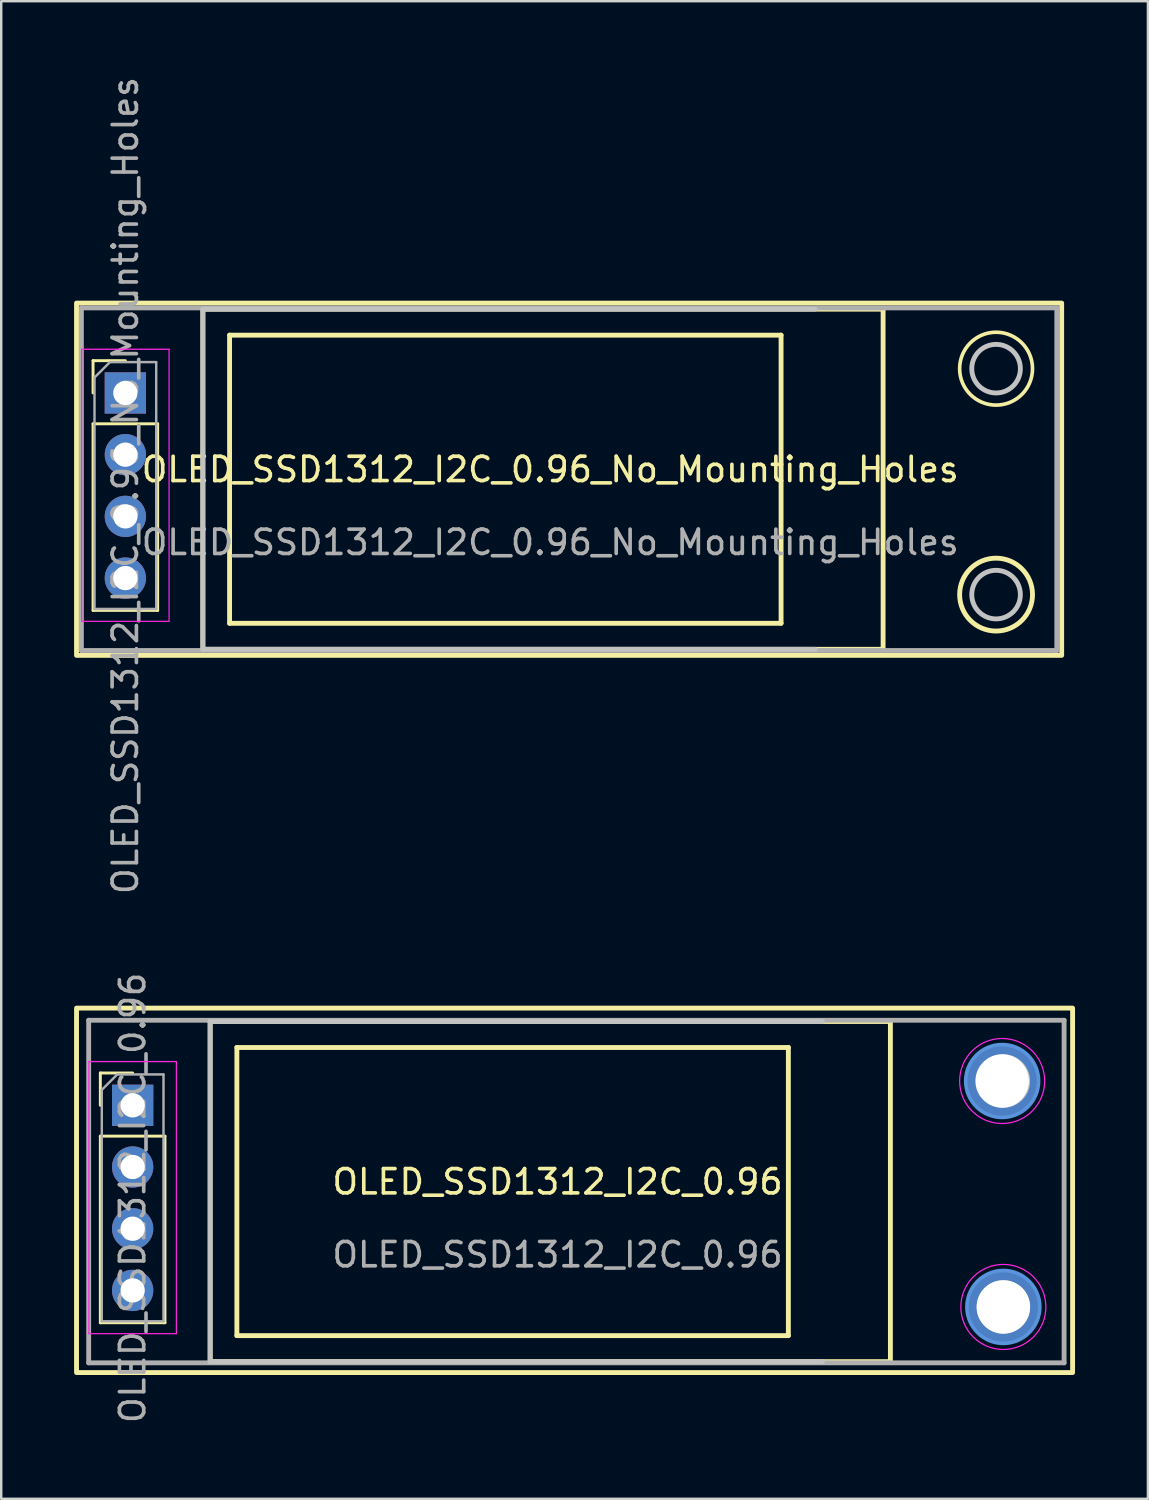
<source format=kicad_pcb>
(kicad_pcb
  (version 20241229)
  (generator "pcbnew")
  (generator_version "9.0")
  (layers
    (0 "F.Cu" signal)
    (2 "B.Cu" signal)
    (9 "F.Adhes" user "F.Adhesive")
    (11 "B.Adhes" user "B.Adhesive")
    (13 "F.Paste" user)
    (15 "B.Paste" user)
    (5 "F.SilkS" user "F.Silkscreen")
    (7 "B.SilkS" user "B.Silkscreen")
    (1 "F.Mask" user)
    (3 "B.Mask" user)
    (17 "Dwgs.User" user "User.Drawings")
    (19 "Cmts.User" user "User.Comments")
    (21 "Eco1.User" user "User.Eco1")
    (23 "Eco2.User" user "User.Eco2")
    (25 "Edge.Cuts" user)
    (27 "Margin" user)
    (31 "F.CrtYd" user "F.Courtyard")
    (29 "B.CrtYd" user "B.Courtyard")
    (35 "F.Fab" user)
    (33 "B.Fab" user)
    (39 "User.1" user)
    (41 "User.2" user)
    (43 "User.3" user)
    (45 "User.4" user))
  (footprint "OLED_SSD1312_I2C_0.96"
    (layer "F.Cu")
    (at 20.6 46.946)
    (property "Reference" "OLED_SSD1312_I2C_0.96" (at -0.7 -1.35 0) (unlocked yes) (layer "F.SilkS") (effects (font (size 1 1) (thickness 0.15))))
    (attr through_hole)
    (fp_line (start -19.52 -5.83) (end -18.19 -5.83) (stroke (width 0.12) (type solid)) (layer "F.SilkS"))
    (fp_line (start -19.52 -4.5) (end -19.52 -5.83) (stroke (width 0.12) (type solid)) (layer "F.SilkS"))
    (fp_line (start -19.52 -3.23) (end -19.52 4.45) (stroke (width 0.12) (type solid)) (layer "F.SilkS"))
    (fp_line (start -19.52 -3.23) (end -16.86 -3.23) (stroke (width 0.12) (type solid)) (layer "F.SilkS"))
    (fp_line (start -19.52 4.45) (end -16.86 4.45) (stroke (width 0.12) (type solid)) (layer "F.SilkS"))
    (fp_line (start -16.86 -3.23) (end -16.86 4.45) (stroke (width 0.12) (type solid)) (layer "F.SilkS"))
    (fp_line (start -15 6.05) (end -15 -7.95) (stroke (width 0.2) (type solid)) (layer "F.SilkS"))
    (fp_line (start -15 6.05) (end 13 6.05) (stroke (width 0.2) (type solid)) (layer "F.SilkS"))
    (fp_line (start -13.9 -6.88) (end -13.9 4.98) (stroke (width 0.2) (type solid)) (layer "F.SilkS"))
    (fp_line (start -13.9 4.98) (end 8.8 4.98) (stroke (width 0.2) (type solid)) (layer "F.SilkS"))
    (fp_line (start 8.8 -6.88) (end -13.9 -6.88) (stroke (width 0.2) (type solid)) (layer "F.SilkS"))
    (fp_line (start 8.8 4.98) (end 8.8 -6.88) (stroke (width 0.2) (type solid)) (layer "F.SilkS"))
    (fp_line (start 13 -7.95) (end -15 -7.95) (stroke (width 0.2) (type solid)) (layer "F.SilkS"))
    (fp_line (start 13 6.05) (end 13 -7.95) (stroke (width 0.2) (type solid)) (layer "F.SilkS"))
    (fp_poly (pts (xy 20.5 6.5) (xy -20.5 6.5) (xy -20.5 -8.5) (xy 20.5 -8.5)) (stroke (width 0.2) (type solid)) (fill no) (layer "F.SilkS"))
    (fp_line (start -15 -7.95) (end -15 6.05) (stroke (width 0.2) (type solid)) (layer "Dwgs.User"))
    (fp_line (start -15 -7.95) (end 10.2 -7.95) (stroke (width 0.2) (type solid)) (layer "Dwgs.User"))
    (fp_line (start 10.2 6.05) (end -15 6.05) (stroke (width 0.2) (type solid)) (layer "Dwgs.User"))
    (fp_circle (center 17.65 -5.5) (end 18.65 -5.5) (stroke (width 0.2) (type solid)) (fill no) (layer "Dwgs.User"))
    (fp_circle (center 17.65 3.8) (end 18.65 3.8) (stroke (width 0.2) (type solid)) (fill no) (layer "Dwgs.User"))
    (fp_circle (center 17.6 -5.5) (end 19.1 -5.5) (stroke (width 0.15) (type solid)) (fill no) (layer "Cmts.User"))
    (fp_circle (center 17.65 3.8) (end 19.15 3.8) (stroke (width 0.15) (type solid)) (fill no) (layer "Cmts.User"))
    (fp_line (start -19.99 -6.3) (end -19.99 4.9) (stroke (width 0.05) (type solid)) (layer "F.CrtYd"))
    (fp_line (start -19.99 4.9) (end -16.39 4.9) (stroke (width 0.05) (type solid)) (layer "F.CrtYd"))
    (fp_line (start -16.39 -6.3) (end -19.99 -6.3) (stroke (width 0.05) (type solid)) (layer "F.CrtYd"))
    (fp_line (start -16.39 4.9) (end -16.39 -6.3) (stroke (width 0.05) (type solid)) (layer "F.CrtYd"))
    (fp_circle (center 17.6 -5.5) (end 19.35 -5.5) (stroke (width 0.05) (type solid)) (fill no) (layer "F.CrtYd"))
    (fp_circle (center 17.65 3.8) (end 19.4 3.8) (stroke (width 0.05) (type solid)) (fill no) (layer "F.CrtYd"))
    (fp_line (start -20 6.1) (end -20 -8) (stroke (width 0.2) (type solid)) (layer "F.Fab"))
    (fp_line (start -20 6.1) (end 20.15 6.1) (stroke (width 0.2) (type solid)) (layer "F.Fab"))
    (fp_line (start -19.46 -5.135) (end -18.825 -5.77) (stroke (width 0.1) (type solid)) (layer "F.Fab"))
    (fp_line (start -19.46 4.39) (end -19.46 -5.135) (stroke (width 0.1) (type solid)) (layer "F.Fab"))
    (fp_line (start -18.825 -5.77) (end -16.92 -5.77) (stroke (width 0.1) (type solid)) (layer "F.Fab"))
    (fp_line (start -16.92 -5.77) (end -16.92 4.39) (stroke (width 0.1) (type solid)) (layer "F.Fab"))
    (fp_line (start -16.92 4.39) (end -19.46 4.39) (stroke (width 0.1) (type solid)) (layer "F.Fab"))
    (fp_line (start 20.15 -8) (end -20 -8) (stroke (width 0.2) (type solid)) (layer "F.Fab"))
    (fp_line (start 20.15 6.1) (end 20.15 -8) (stroke (width 0.2) (type solid)) (layer "F.Fab"))
    (fp_text user "${REFERENCE}" (at -18.19 -0.69 90) (layer "F.Fab") (effects (font (size 1 1) (thickness 0.15))))
    (fp_text user "${REFERENCE}" (at -0.7 1.65 0) (unlocked yes) (layer "F.Fab") (effects (font (size 1 1) (thickness 0.15))))
    (pad "" np_thru_hole circle (at 17.6 -5.5) (size 3 3) (drill 2.2) (layers "*.Cu" "*.Mask"))
    (pad "" np_thru_hole circle (at 17.65 3.8) (size 3 3) (drill 2.2) (layers "*.Cu" "*.Mask"))
    (pad "1" thru_hole rect (at -18.19 -4.5) (size 1.7 1.7) (drill 1) (layers "*.Cu" "*.Mask"))
    (pad "2" thru_hole oval (at -18.19 -1.96) (size 1.7 1.7) (drill 1) (layers "*.Cu" "*.Mask"))
    (pad "3" thru_hole oval (at -18.19 0.58) (size 1.7 1.7) (drill 1) (layers "*.Cu" "*.Mask"))
    (pad "4" thru_hole oval (at -18.19 3.12) (size 1.7 1.7) (drill 1) (layers "*.Cu" "*.Mask")))
  (footprint "OLED_SSD1312_I2C_0.96_No_Mounting_Holes"
    (layer "F.Cu")
    (at 20.3 17.625)
    (property "Reference" "OLED_SSD1312_I2C_0.96_No_Mounting_Holes" (at -0.7 -1.35 0) (unlocked yes) (layer "F.SilkS") (effects (font (size 1 1) (thickness 0.15))))
    (attr through_hole)
    (fp_line (start -19.52 -5.83) (end -18.19 -5.83) (stroke (width 0.12) (type solid)) (layer "F.SilkS"))
    (fp_line (start -19.52 -4.5) (end -19.52 -5.83) (stroke (width 0.12) (type solid)) (layer "F.SilkS"))
    (fp_line (start -19.52 -3.23) (end -19.52 4.45) (stroke (width 0.12) (type solid)) (layer "F.SilkS"))
    (fp_line (start -19.52 -3.23) (end -16.86 -3.23) (stroke (width 0.12) (type solid)) (layer "F.SilkS"))
    (fp_line (start -19.52 4.45) (end -16.86 4.45) (stroke (width 0.12) (type solid)) (layer "F.SilkS"))
    (fp_line (start -16.86 -3.23) (end -16.86 4.45) (stroke (width 0.12) (type solid)) (layer "F.SilkS"))
    (fp_line (start -15 6.05) (end -15 -7.95) (stroke (width 0.2) (type solid)) (layer "F.SilkS"))
    (fp_line (start -15 6.05) (end 13 6.05) (stroke (width 0.2) (type solid)) (layer "F.SilkS"))
    (fp_line (start -13.9 -6.88) (end -13.9 4.98) (stroke (width 0.2) (type solid)) (layer "F.SilkS"))
    (fp_line (start -13.9 4.98) (end 8.8 4.98) (stroke (width 0.2) (type solid)) (layer "F.SilkS"))
    (fp_line (start 8.8 -6.88) (end -13.9 -6.88) (stroke (width 0.2) (type solid)) (layer "F.SilkS"))
    (fp_line (start 8.8 4.98) (end 8.8 -6.88) (stroke (width 0.2) (type solid)) (layer "F.SilkS"))
    (fp_line (start 13 -7.95) (end -15 -7.95) (stroke (width 0.2) (type solid)) (layer "F.SilkS"))
    (fp_line (start 13 6.05) (end 13 -7.95) (stroke (width 0.2) (type solid)) (layer "F.SilkS"))
    (fp_circle (center 17.65 -5.5) (end 19.15 -5.5) (stroke (width 0.15) (type solid)) (fill no) (layer "F.SilkS"))
    (fp_circle (center 17.65 3.8) (end 19.15 3.8) (stroke (width 0.2) (type solid)) (fill no) (layer "F.SilkS"))
    (fp_poly (pts (xy 20.35 6.3) (xy -20.2 6.3) (xy -20.2 -8.2) (xy 20.35 -8.2)) (stroke (width 0.2) (type solid)) (fill no) (layer "F.SilkS"))
    (fp_line (start -15 -7.95) (end -15 6.05) (stroke (width 0.2) (type solid)) (layer "Dwgs.User"))
    (fp_line (start -15 -7.95) (end 10.2 -7.95) (stroke (width 0.2) (type solid)) (layer "Dwgs.User"))
    (fp_line (start 10.2 6.05) (end -15 6.05) (stroke (width 0.2) (type solid)) (layer "Dwgs.User"))
    (fp_circle (center 17.65 -5.5) (end 18.65 -5.5) (stroke (width 0.2) (type solid)) (fill no) (layer "Dwgs.User"))
    (fp_circle (center 17.65 3.8) (end 18.65 3.8) (stroke (width 0.2) (type solid)) (fill no) (layer "Dwgs.User"))
    (fp_line (start -19.99 -6.3) (end -19.99 4.9) (stroke (width 0.05) (type solid)) (layer "F.CrtYd"))
    (fp_line (start -19.99 4.9) (end -16.39 4.9) (stroke (width 0.05) (type solid)) (layer "F.CrtYd"))
    (fp_line (start -16.39 -6.3) (end -19.99 -6.3) (stroke (width 0.05) (type solid)) (layer "F.CrtYd"))
    (fp_line (start -16.39 4.9) (end -16.39 -6.3) (stroke (width 0.05) (type solid)) (layer "F.CrtYd"))
    (fp_line (start -20 6.1) (end -20 -8) (stroke (width 0.2) (type solid)) (layer "F.Fab"))
    (fp_line (start -20 6.1) (end 20.15 6.1) (stroke (width 0.2) (type solid)) (layer "F.Fab"))
    (fp_line (start -19.46 -5.135) (end -18.825 -5.77) (stroke (width 0.1) (type solid)) (layer "F.Fab"))
    (fp_line (start -19.46 4.39) (end -19.46 -5.135) (stroke (width 0.1) (type solid)) (layer "F.Fab"))
    (fp_line (start -18.825 -5.77) (end -16.92 -5.77) (stroke (width 0.1) (type solid)) (layer "F.Fab"))
    (fp_line (start -16.92 -5.77) (end -16.92 4.39) (stroke (width 0.1) (type solid)) (layer "F.Fab"))
    (fp_line (start -16.92 4.39) (end -19.46 4.39) (stroke (width 0.1) (type solid)) (layer "F.Fab"))
    (fp_line (start 20.15 -8) (end -20 -8) (stroke (width 0.2) (type solid)) (layer "F.Fab"))
    (fp_line (start 20.15 6.1) (end 20.15 -8) (stroke (width 0.2) (type solid)) (layer "F.Fab"))
    (fp_text user "${REFERENCE}" (at -18.19 -0.69 90) (layer "F.Fab") (effects (font (size 1 1) (thickness 0.15))))
    (fp_text user "${REFERENCE}" (at -0.7 1.65 0) (unlocked yes) (layer "F.Fab") (effects (font (size 1 1) (thickness 0.15))))
    (pad "1" thru_hole rect (at -18.19 -4.5) (size 1.7 1.7) (drill 1) (layers "*.Cu" "*.Mask"))
    (pad "2" thru_hole oval (at -18.19 -1.96) (size 1.7 1.7) (drill 1) (layers "*.Cu" "*.Mask"))
    (pad "3" thru_hole oval (at -18.19 0.58) (size 1.7 1.7) (drill 1) (layers "*.Cu" "*.Mask"))
    (pad "4" thru_hole oval (at -18.19 3.12) (size 1.7 1.7) (drill 1) (layers "*.Cu" "*.Mask")))
  (gr_rect
    (start -3 -3)
    (end 44.2 58.643)
    (stroke (width 0.1) (type default))
    (fill no)
    (layer "Edge.Cuts")))
</source>
